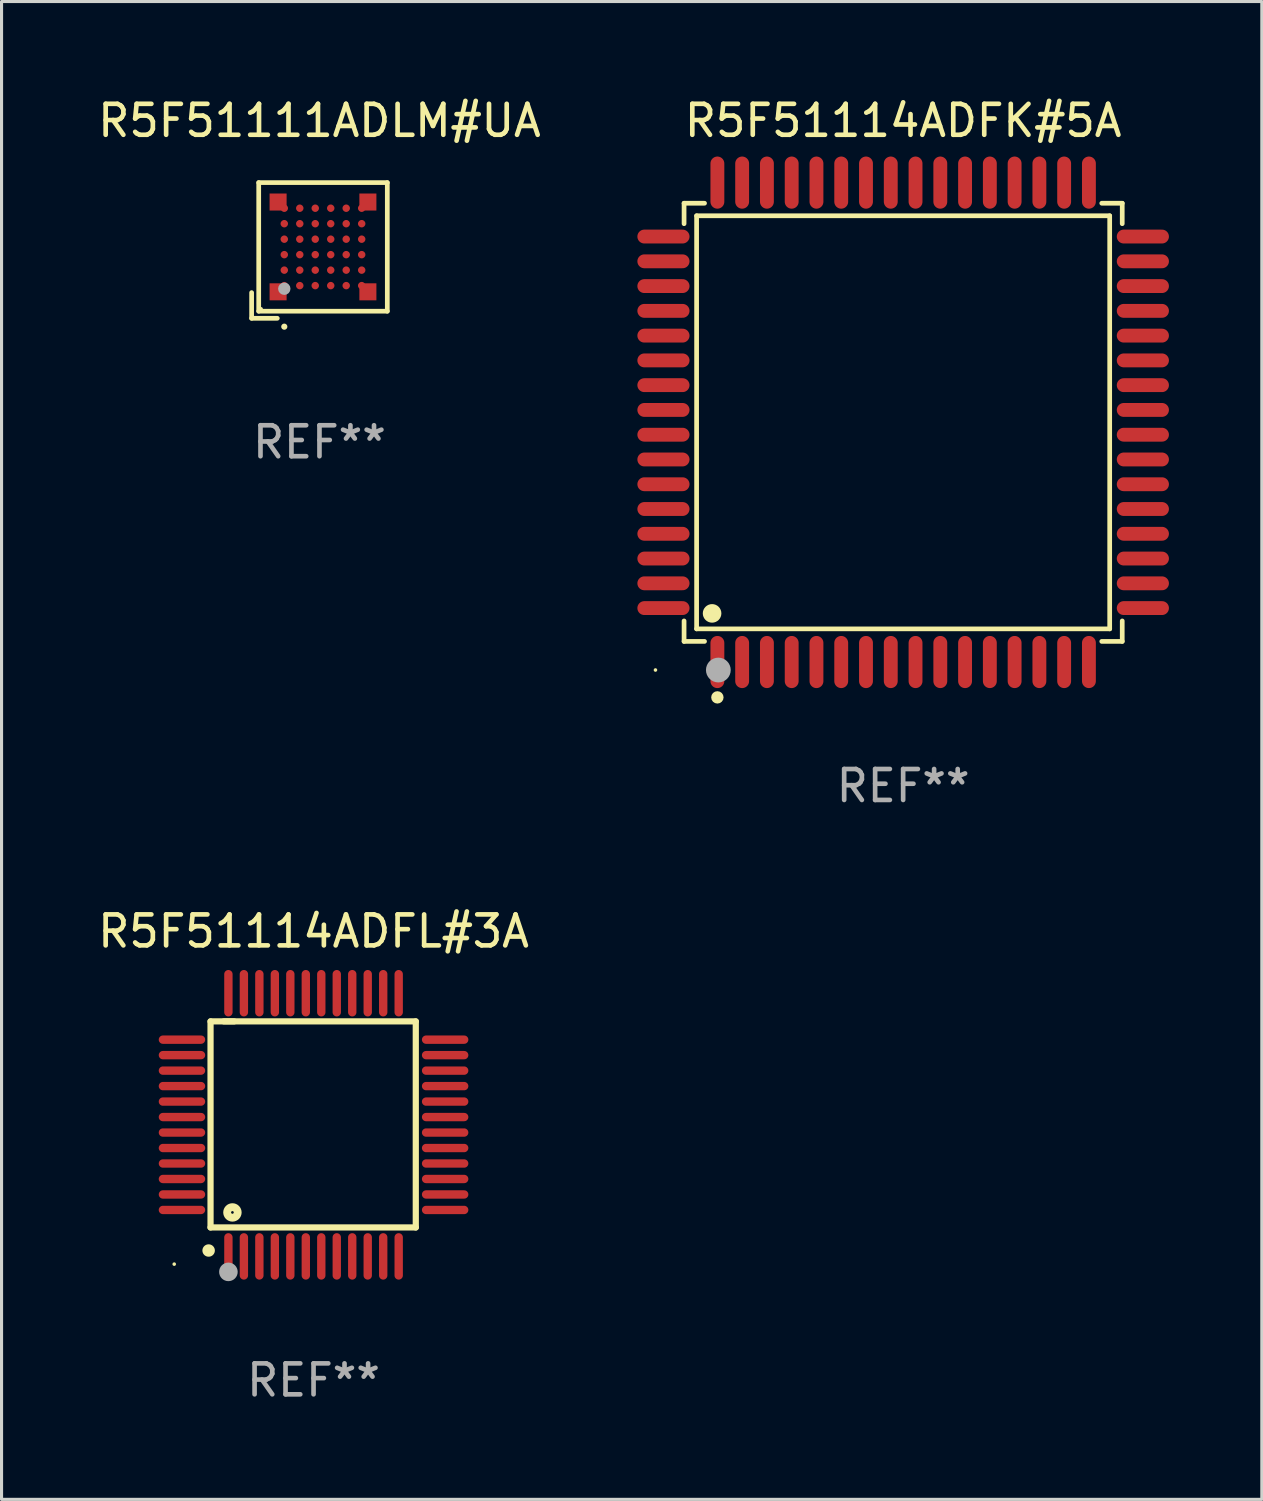
<source format=kicad_pcb>
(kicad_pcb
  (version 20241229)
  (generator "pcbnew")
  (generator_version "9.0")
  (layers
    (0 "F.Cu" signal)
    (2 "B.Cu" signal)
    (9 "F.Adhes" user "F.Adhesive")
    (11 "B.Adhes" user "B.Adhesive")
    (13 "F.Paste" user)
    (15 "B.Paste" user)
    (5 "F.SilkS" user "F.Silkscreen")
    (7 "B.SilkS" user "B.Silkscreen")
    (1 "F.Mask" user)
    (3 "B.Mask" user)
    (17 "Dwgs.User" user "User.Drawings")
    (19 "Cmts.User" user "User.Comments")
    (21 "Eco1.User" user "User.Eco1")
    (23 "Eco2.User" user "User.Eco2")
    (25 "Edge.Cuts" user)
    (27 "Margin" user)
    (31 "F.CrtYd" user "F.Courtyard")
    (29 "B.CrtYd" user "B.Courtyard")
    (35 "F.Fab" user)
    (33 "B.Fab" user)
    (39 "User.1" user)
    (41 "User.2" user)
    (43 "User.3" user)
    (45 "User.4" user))
  (footprint "R5F51114ADFL#3A"
    (layer "F.Cu")
    (at 7.077 33.279)
    (property "Reference" "R5F51114ADFL#3A" (at 0 -6.25 0) (layer "F.SilkS") (effects (font (size 1 1) (thickness 0.15))))
    (attr through_hole)
    (fp_line (start -3.327 -3.34) (end -2.565 -3.34) (stroke (width 0.2) (type solid)) (layer "F.SilkS"))
    (fp_line (start -3.327 3.315) (end -3.327 -3.34) (stroke (width 0.2) (type solid)) (layer "F.SilkS"))
    (fp_line (start -2.896 -3.34) (end 3.302 -3.34) (stroke (width 0.2) (type solid)) (layer "F.SilkS"))
    (fp_line (start 3.302 -3.34) (end 3.302 3.315) (stroke (width 0.2) (type solid)) (layer "F.SilkS"))
    (fp_line (start 3.302 3.315) (end -3.327 3.315) (stroke (width 0.2) (type solid)) (layer "F.SilkS"))
    (fp_arc (start -3.389992 4.059995) (mid -3.388722 4.059991) (end -3.387452 4.059995) (stroke (width 0.4) (type solid)) (layer "F.SilkS"))
    (fp_circle (center -4.5 4.5) (end -4.47 4.5) (stroke (width 0.06) (type solid)) (fill no) (layer "F.SilkS"))
    (fp_circle (center -2.62 2.83) (end -2.45 2.83) (stroke (width 0.254) (type solid)) (fill no) (layer "F.SilkS"))
    (fp_circle (center -2.75 4.75) (end -2.6 4.75) (stroke (width 0.3) (type solid)) (fill no) (layer "F.Fab"))
    (fp_text user "REF**" (at 0 8.25 0) (layer "F.Fab") (effects (font (size 1 1) (thickness 0.15))))
    (pad "1" smd oval (at -2.75 4.25) (size 0.27 1.5) (layers "F.Cu" "F.Mask" "F.Paste"))
    (pad "2" smd oval (at -2.25 4.25) (size 0.27 1.5) (layers "F.Cu" "F.Mask" "F.Paste"))
    (pad "3" smd oval (at -1.75 4.25) (size 0.27 1.5) (layers "F.Cu" "F.Mask" "F.Paste"))
    (pad "4" smd oval (at -1.25 4.25) (size 0.27 1.5) (layers "F.Cu" "F.Mask" "F.Paste"))
    (pad "5" smd oval (at -0.75 4.25) (size 0.27 1.5) (layers "F.Cu" "F.Mask" "F.Paste"))
    (pad "6" smd oval (at -0.25 4.25) (size 0.27 1.5) (layers "F.Cu" "F.Mask" "F.Paste"))
    (pad "7" smd oval (at 0.25 4.25) (size 0.27 1.5) (layers "F.Cu" "F.Mask" "F.Paste"))
    (pad "8" smd oval (at 0.75 4.25) (size 0.27 1.5) (layers "F.Cu" "F.Mask" "F.Paste"))
    (pad "9" smd oval (at 1.25 4.25) (size 0.27 1.5) (layers "F.Cu" "F.Mask" "F.Paste"))
    (pad "10" smd oval (at 1.75 4.25) (size 0.27 1.5) (layers "F.Cu" "F.Mask" "F.Paste"))
    (pad "11" smd oval (at 2.25 4.25) (size 0.27 1.5) (layers "F.Cu" "F.Mask" "F.Paste"))
    (pad "12" smd oval (at 2.75 4.25) (size 0.27 1.5) (layers "F.Cu" "F.Mask" "F.Paste"))
    (pad "13" smd oval (at 4.25 2.75) (size 1.5 0.27) (layers "F.Cu" "F.Mask" "F.Paste"))
    (pad "14" smd oval (at 4.25 2.25) (size 1.5 0.27) (layers "F.Cu" "F.Mask" "F.Paste"))
    (pad "15" smd oval (at 4.25 1.75) (size 1.5 0.27) (layers "F.Cu" "F.Mask" "F.Paste"))
    (pad "16" smd oval (at 4.25 1.25) (size 1.5 0.27) (layers "F.Cu" "F.Mask" "F.Paste"))
    (pad "17" smd oval (at 4.25 0.75) (size 1.5 0.27) (layers "F.Cu" "F.Mask" "F.Paste"))
    (pad "18" smd oval (at 4.25 0.25) (size 1.5 0.27) (layers "F.Cu" "F.Mask" "F.Paste"))
    (pad "19" smd oval (at 4.25 -0.25) (size 1.5 0.27) (layers "F.Cu" "F.Mask" "F.Paste"))
    (pad "20" smd oval (at 4.25 -0.75) (size 1.5 0.27) (layers "F.Cu" "F.Mask" "F.Paste"))
    (pad "21" smd oval (at 4.25 -1.25) (size 1.5 0.27) (layers "F.Cu" "F.Mask" "F.Paste"))
    (pad "22" smd oval (at 4.25 -1.75) (size 1.5 0.27) (layers "F.Cu" "F.Mask" "F.Paste"))
    (pad "23" smd oval (at 4.25 -2.25) (size 1.5 0.27) (layers "F.Cu" "F.Mask" "F.Paste"))
    (pad "24" smd oval (at 4.25 -2.75) (size 1.5 0.27) (layers "F.Cu" "F.Mask" "F.Paste"))
    (pad "25" smd oval (at 2.75 -4.25) (size 0.27 1.5) (layers "F.Cu" "F.Mask" "F.Paste"))
    (pad "26" smd oval (at 2.25 -4.25) (size 0.27 1.5) (layers "F.Cu" "F.Mask" "F.Paste"))
    (pad "27" smd oval (at 1.75 -4.25) (size 0.27 1.5) (layers "F.Cu" "F.Mask" "F.Paste"))
    (pad "28" smd oval (at 1.25 -4.25) (size 0.27 1.5) (layers "F.Cu" "F.Mask" "F.Paste"))
    (pad "29" smd oval (at 0.75 -4.25) (size 0.27 1.5) (layers "F.Cu" "F.Mask" "F.Paste"))
    (pad "30" smd oval (at 0.25 -4.25) (size 0.27 1.5) (layers "F.Cu" "F.Mask" "F.Paste"))
    (pad "31" smd oval (at -0.25 -4.25) (size 0.27 1.5) (layers "F.Cu" "F.Mask" "F.Paste"))
    (pad "32" smd oval (at -0.75 -4.25) (size 0.27 1.5) (layers "F.Cu" "F.Mask" "F.Paste"))
    (pad "33" smd oval (at -1.25 -4.25) (size 0.27 1.5) (layers "F.Cu" "F.Mask" "F.Paste"))
    (pad "34" smd oval (at -1.75 -4.25) (size 0.27 1.5) (layers "F.Cu" "F.Mask" "F.Paste"))
    (pad "35" smd oval (at -2.25 -4.25) (size 0.27 1.5) (layers "F.Cu" "F.Mask" "F.Paste"))
    (pad "36" smd oval (at -2.75 -4.25) (size 0.27 1.5) (layers "F.Cu" "F.Mask" "F.Paste"))
    (pad "37" smd oval (at -4.25 -2.75) (size 1.5 0.27) (layers "F.Cu" "F.Mask" "F.Paste"))
    (pad "38" smd oval (at -4.25 -2.25) (size 1.5 0.27) (layers "F.Cu" "F.Mask" "F.Paste"))
    (pad "39" smd oval (at -4.25 -1.75) (size 1.5 0.27) (layers "F.Cu" "F.Mask" "F.Paste"))
    (pad "40" smd oval (at -4.25 -1.25) (size 1.5 0.27) (layers "F.Cu" "F.Mask" "F.Paste"))
    (pad "41" smd oval (at -4.25 -0.75) (size 1.5 0.27) (layers "F.Cu" "F.Mask" "F.Paste"))
    (pad "42" smd oval (at -4.25 -0.25) (size 1.5 0.27) (layers "F.Cu" "F.Mask" "F.Paste"))
    (pad "43" smd oval (at -4.25 0.25) (size 1.5 0.27) (layers "F.Cu" "F.Mask" "F.Paste"))
    (pad "44" smd oval (at -4.25 0.75) (size 1.5 0.27) (layers "F.Cu" "F.Mask" "F.Paste"))
    (pad "45" smd oval (at -4.25 1.25) (size 1.5 0.27) (layers "F.Cu" "F.Mask" "F.Paste"))
    (pad "46" smd oval (at -4.25 1.75) (size 1.5 0.27) (layers "F.Cu" "F.Mask" "F.Paste"))
    (pad "47" smd oval (at -4.25 2.25) (size 1.5 0.27) (layers "F.Cu" "F.Mask" "F.Paste"))
    (pad "48" smd oval (at -4.25 2.75) (size 1.5 0.27) (layers "F.Cu" "F.Mask" "F.Paste")))
  (footprint "R5F51111ADLM#UA"
    (layer "F.Cu")
    (at 7.268 5.039)
    (property "Reference" "R5F51111ADLM#UA" (at 0 -4.191 0) (layer "F.SilkS") (effects (font (size 1 1) (thickness 0.15))))
    (attr through_hole)
    (fp_line (start -2.191 1.362) (end -2.191 2.191) (stroke (width 0.152) (type solid)) (layer "F.SilkS"))
    (fp_line (start -2.191 2.191) (end -1.362 2.191) (stroke (width 0.152) (type solid)) (layer "F.SilkS"))
    (fp_line (start -1.962 -2.191) (end 2.191 -2.191) (stroke (width 0.152) (type solid)) (layer "F.SilkS"))
    (fp_line (start -1.962 1.962) (end -1.962 -2.191) (stroke (width 0.152) (type solid)) (layer "F.SilkS"))
    (fp_line (start 2.191 -2.191) (end 2.191 1.962) (stroke (width 0.152) (type solid)) (layer "F.SilkS"))
    (fp_line (start 2.191 1.962) (end -1.962 1.962) (stroke (width 0.152) (type solid)) (layer "F.SilkS"))
    (fp_circle (center -1.886 1.886) (end -1.856 1.886) (stroke (width 0.06) (type solid)) (fill no) (layer "F.SilkS"))
    (fp_circle (center -1.136 2.462) (end -1.086 2.462) (stroke (width 0.1) (type solid)) (fill no) (layer "F.SilkS"))
    (fp_circle (center -1.136 1.236) (end -1.036 1.236) (stroke (width 0.2) (type solid)) (fill no) (layer "F.Fab"))
    (fp_text user "REF**" (at 0 6.191 0) (layer "F.Fab") (effects (font (size 1 1) (thickness 0.15))))
    (pad "A1" smd rect (at -1.336 1.336) (size 0.55 0.55) (layers "F.Cu" "F.Mask" "F.Paste"))
    (pad "A1" smd circle (at -1.136 1.136) (size 0.24 0.24) (layers "F.Cu" "F.Mask" "F.Paste"))
    (pad "A2" smd circle (at -1.136 0.636) (size 0.24 0.24) (layers "F.Cu" "F.Mask" "F.Paste"))
    (pad "A3" smd circle (at -1.136 0.136) (size 0.24 0.24) (layers "F.Cu" "F.Mask" "F.Paste"))
    (pad "A4" smd circle (at -1.136 -0.364) (size 0.24 0.24) (layers "F.Cu" "F.Mask" "F.Paste"))
    (pad "A5" smd circle (at -1.136 -0.864) (size 0.24 0.24) (layers "F.Cu" "F.Mask" "F.Paste"))
    (pad "A6" smd rect (at -1.336 -1.564) (size 0.55 0.55) (layers "F.Cu" "F.Mask" "F.Paste"))
    (pad "A6" smd circle (at -1.136 -1.364) (size 0.24 0.24) (layers "F.Cu" "F.Mask" "F.Paste"))
    (pad "B1" smd circle (at -0.636 1.136) (size 0.24 0.24) (layers "F.Cu" "F.Mask" "F.Paste"))
    (pad "B2" smd circle (at -0.636 0.636) (size 0.24 0.24) (layers "F.Cu" "F.Mask" "F.Paste"))
    (pad "B3" smd circle (at -0.636 0.136) (size 0.24 0.24) (layers "F.Cu" "F.Mask" "F.Paste"))
    (pad "B4" smd circle (at -0.636 -0.364) (size 0.24 0.24) (layers "F.Cu" "F.Mask" "F.Paste"))
    (pad "B5" smd circle (at -0.636 -0.864) (size 0.24 0.24) (layers "F.Cu" "F.Mask" "F.Paste"))
    (pad "B6" smd circle (at -0.636 -1.364) (size 0.24 0.24) (layers "F.Cu" "F.Mask" "F.Paste"))
    (pad "C1" smd circle (at -0.136 1.136) (size 0.24 0.24) (layers "F.Cu" "F.Mask" "F.Paste"))
    (pad "C2" smd circle (at -0.136 0.636) (size 0.24 0.24) (layers "F.Cu" "F.Mask" "F.Paste"))
    (pad "C3" smd circle (at -0.136 0.136) (size 0.24 0.24) (layers "F.Cu" "F.Mask" "F.Paste"))
    (pad "C4" smd circle (at -0.136 -0.364) (size 0.24 0.24) (layers "F.Cu" "F.Mask" "F.Paste"))
    (pad "C5" smd circle (at -0.136 -0.864) (size 0.24 0.24) (layers "F.Cu" "F.Mask" "F.Paste"))
    (pad "C6" smd circle (at -0.136 -1.364) (size 0.24 0.24) (layers "F.Cu" "F.Mask" "F.Paste"))
    (pad "D1" smd circle (at 0.364 1.136) (size 0.24 0.24) (layers "F.Cu" "F.Mask" "F.Paste"))
    (pad "D2" smd circle (at 0.364 0.636) (size 0.24 0.24) (layers "F.Cu" "F.Mask" "F.Paste"))
    (pad "D3" smd circle (at 0.364 0.136) (size 0.24 0.24) (layers "F.Cu" "F.Mask" "F.Paste"))
    (pad "D4" smd circle (at 0.364 -0.364) (size 0.24 0.24) (layers "F.Cu" "F.Mask" "F.Paste"))
    (pad "D5" smd circle (at 0.364 -0.864) (size 0.24 0.24) (layers "F.Cu" "F.Mask" "F.Paste"))
    (pad "D6" smd circle (at 0.364 -1.364) (size 0.24 0.24) (layers "F.Cu" "F.Mask" "F.Paste"))
    (pad "E1" smd circle (at 0.864 1.136) (size 0.24 0.24) (layers "F.Cu" "F.Mask" "F.Paste"))
    (pad "E2" smd circle (at 0.864 0.636) (size 0.24 0.24) (layers "F.Cu" "F.Mask" "F.Paste"))
    (pad "E3" smd circle (at 0.864 0.136) (size 0.24 0.24) (layers "F.Cu" "F.Mask" "F.Paste"))
    (pad "E4" smd circle (at 0.864 -0.364) (size 0.24 0.24) (layers "F.Cu" "F.Mask" "F.Paste"))
    (pad "E5" smd circle (at 0.864 -0.864) (size 0.24 0.24) (layers "F.Cu" "F.Mask" "F.Paste"))
    (pad "E6" smd circle (at 0.864 -1.364) (size 0.24 0.24) (layers "F.Cu" "F.Mask" "F.Paste"))
    (pad "F1" smd circle (at 1.364 1.136) (size 0.24 0.24) (layers "F.Cu" "F.Mask" "F.Paste"))
    (pad "F1" smd rect (at 1.564 1.336) (size 0.55 0.55) (layers "F.Cu" "F.Mask" "F.Paste"))
    (pad "F2" smd circle (at 1.364 0.636) (size 0.24 0.24) (layers "F.Cu" "F.Mask" "F.Paste"))
    (pad "F3" smd circle (at 1.364 0.136) (size 0.24 0.24) (layers "F.Cu" "F.Mask" "F.Paste"))
    (pad "F4" smd circle (at 1.364 -0.364) (size 0.24 0.24) (layers "F.Cu" "F.Mask" "F.Paste"))
    (pad "F5" smd circle (at 1.364 -0.864) (size 0.24 0.24) (layers "F.Cu" "F.Mask" "F.Paste"))
    (pad "F6" smd circle (at 1.364 -1.364) (size 0.24 0.24) (layers "F.Cu" "F.Mask" "F.Paste"))
    (pad "F6" smd rect (at 1.564 -1.564) (size 0.55 0.55) (layers "F.Cu" "F.Mask" "F.Paste")))
  (footprint "R5F51114ADFK#5A"
    (layer "F.Cu")
    (at 26.12 10.59)
    (property "Reference" "R5F51114ADFK#5A" (at 0 -9.742 0) (layer "F.SilkS") (effects (font (size 1 1) (thickness 0.15))))
    (attr through_hole)
    (fp_line (start -7.076 -7.076) (end -6.415 -7.076) (stroke (width 0.152) (type solid)) (layer "F.SilkS"))
    (fp_line (start -7.076 -6.415) (end -7.076 -7.076) (stroke (width 0.152) (type solid)) (layer "F.SilkS"))
    (fp_line (start -7.076 6.415) (end -7.076 7.076) (stroke (width 0.152) (type solid)) (layer "F.SilkS"))
    (fp_line (start -7.076 7.076) (end -6.415 7.076) (stroke (width 0.152) (type solid)) (layer "F.SilkS"))
    (fp_line (start -6.671 -6.671) (end 6.671 -6.671) (stroke (width 0.152) (type solid)) (layer "F.SilkS"))
    (fp_line (start -6.671 6.671) (end -6.671 -6.671) (stroke (width 0.152) (type solid)) (layer "F.SilkS"))
    (fp_line (start 6.671 -6.671) (end 6.671 6.671) (stroke (width 0.152) (type solid)) (layer "F.SilkS"))
    (fp_line (start 6.671 6.671) (end -6.671 6.671) (stroke (width 0.152) (type solid)) (layer "F.SilkS"))
    (fp_line (start 7.076 -7.076) (end 6.415 -7.076) (stroke (width 0.152) (type solid)) (layer "F.SilkS"))
    (fp_line (start 7.076 -6.415) (end 7.076 -7.076) (stroke (width 0.152) (type solid)) (layer "F.SilkS"))
    (fp_line (start 7.076 6.415) (end 7.076 7.076) (stroke (width 0.152) (type solid)) (layer "F.SilkS"))
    (fp_line (start 7.076 7.076) (end 6.415 7.076) (stroke (width 0.152) (type solid)) (layer "F.SilkS"))
    (fp_circle (center -8 8) (end -7.97 8) (stroke (width 0.06) (type solid)) (fill no) (layer "F.SilkS"))
    (fp_circle (center -6.171 6.171) (end -6.021 6.171) (stroke (width 0.3) (type solid)) (fill no) (layer "F.SilkS"))
    (fp_circle (center -6 8.884) (end -5.9 8.884) (stroke (width 0.2) (type solid)) (fill no) (layer "F.SilkS"))
    (fp_circle (center -5.969 8.001) (end -5.769 8.001) (stroke (width 0.4) (type solid)) (fill no) (layer "F.Fab"))
    (fp_text user "REF**" (at 0 11.742 0) (layer "F.Fab") (effects (font (size 1 1) (thickness 0.15))))
    (pad "1" smd oval (at -6 7.742) (size 0.448 1.684) (layers "F.Cu" "F.Mask" "F.Paste"))
    (pad "2" smd oval (at -5.2 7.742) (size 0.448 1.684) (layers "F.Cu" "F.Mask" "F.Paste"))
    (pad "3" smd oval (at -4.4 7.742) (size 0.448 1.684) (layers "F.Cu" "F.Mask" "F.Paste"))
    (pad "4" smd oval (at -3.6 7.742) (size 0.448 1.684) (layers "F.Cu" "F.Mask" "F.Paste"))
    (pad "5" smd oval (at -2.8 7.742) (size 0.448 1.684) (layers "F.Cu" "F.Mask" "F.Paste"))
    (pad "6" smd oval (at -2 7.742) (size 0.448 1.684) (layers "F.Cu" "F.Mask" "F.Paste"))
    (pad "7" smd oval (at -1.2 7.742) (size 0.448 1.684) (layers "F.Cu" "F.Mask" "F.Paste"))
    (pad "8" smd oval (at -0.4 7.742) (size 0.448 1.684) (layers "F.Cu" "F.Mask" "F.Paste"))
    (pad "9" smd oval (at 0.4 7.742) (size 0.448 1.684) (layers "F.Cu" "F.Mask" "F.Paste"))
    (pad "10" smd oval (at 1.2 7.742) (size 0.448 1.684) (layers "F.Cu" "F.Mask" "F.Paste"))
    (pad "11" smd oval (at 2 7.742) (size 0.448 1.684) (layers "F.Cu" "F.Mask" "F.Paste"))
    (pad "12" smd oval (at 2.8 7.742) (size 0.448 1.684) (layers "F.Cu" "F.Mask" "F.Paste"))
    (pad "13" smd oval (at 3.6 7.742) (size 0.448 1.684) (layers "F.Cu" "F.Mask" "F.Paste"))
    (pad "14" smd oval (at 4.4 7.742) (size 0.448 1.684) (layers "F.Cu" "F.Mask" "F.Paste"))
    (pad "15" smd oval (at 5.2 7.742) (size 0.448 1.684) (layers "F.Cu" "F.Mask" "F.Paste"))
    (pad "16" smd oval (at 6 7.742) (size 0.448 1.684) (layers "F.Cu" "F.Mask" "F.Paste"))
    (pad "17" smd oval (at 7.742 6) (size 1.684 0.448) (layers "F.Cu" "F.Mask" "F.Paste"))
    (pad "18" smd oval (at 7.742 5.2) (size 1.684 0.448) (layers "F.Cu" "F.Mask" "F.Paste"))
    (pad "19" smd oval (at 7.742 4.4) (size 1.684 0.448) (layers "F.Cu" "F.Mask" "F.Paste"))
    (pad "20" smd oval (at 7.742 3.6) (size 1.684 0.448) (layers "F.Cu" "F.Mask" "F.Paste"))
    (pad "21" smd oval (at 7.742 2.8) (size 1.684 0.448) (layers "F.Cu" "F.Mask" "F.Paste"))
    (pad "22" smd oval (at 7.742 2) (size 1.684 0.448) (layers "F.Cu" "F.Mask" "F.Paste"))
    (pad "23" smd oval (at 7.742 1.2) (size 1.684 0.448) (layers "F.Cu" "F.Mask" "F.Paste"))
    (pad "24" smd oval (at 7.742 0.4) (size 1.684 0.448) (layers "F.Cu" "F.Mask" "F.Paste"))
    (pad "25" smd oval (at 7.742 -0.4) (size 1.684 0.448) (layers "F.Cu" "F.Mask" "F.Paste"))
    (pad "26" smd oval (at 7.742 -1.2) (size 1.684 0.448) (layers "F.Cu" "F.Mask" "F.Paste"))
    (pad "27" smd oval (at 7.742 -2) (size 1.684 0.448) (layers "F.Cu" "F.Mask" "F.Paste"))
    (pad "28" smd oval (at 7.742 -2.8) (size 1.684 0.448) (layers "F.Cu" "F.Mask" "F.Paste"))
    (pad "29" smd oval (at 7.742 -3.6) (size 1.684 0.448) (layers "F.Cu" "F.Mask" "F.Paste"))
    (pad "30" smd oval (at 7.742 -4.4) (size 1.684 0.448) (layers "F.Cu" "F.Mask" "F.Paste"))
    (pad "31" smd oval (at 7.742 -5.2) (size 1.684 0.448) (layers "F.Cu" "F.Mask" "F.Paste"))
    (pad "32" smd oval (at 7.742 -6) (size 1.684 0.448) (layers "F.Cu" "F.Mask" "F.Paste"))
    (pad "33" smd oval (at 6 -7.742) (size 0.448 1.684) (layers "F.Cu" "F.Mask" "F.Paste"))
    (pad "34" smd oval (at 5.2 -7.742) (size 0.448 1.684) (layers "F.Cu" "F.Mask" "F.Paste"))
    (pad "35" smd oval (at 4.4 -7.742) (size 0.448 1.684) (layers "F.Cu" "F.Mask" "F.Paste"))
    (pad "36" smd oval (at 3.6 -7.742) (size 0.448 1.684) (layers "F.Cu" "F.Mask" "F.Paste"))
    (pad "37" smd oval (at 2.8 -7.742) (size 0.448 1.684) (layers "F.Cu" "F.Mask" "F.Paste"))
    (pad "38" smd oval (at 2 -7.742) (size 0.448 1.684) (layers "F.Cu" "F.Mask" "F.Paste"))
    (pad "39" smd oval (at 1.2 -7.742) (size 0.448 1.684) (layers "F.Cu" "F.Mask" "F.Paste"))
    (pad "40" smd oval (at 0.4 -7.742) (size 0.448 1.684) (layers "F.Cu" "F.Mask" "F.Paste"))
    (pad "41" smd oval (at -0.4 -7.742) (size 0.448 1.684) (layers "F.Cu" "F.Mask" "F.Paste"))
    (pad "42" smd oval (at -1.2 -7.742) (size 0.448 1.684) (layers "F.Cu" "F.Mask" "F.Paste"))
    (pad "43" smd oval (at -2 -7.742) (size 0.448 1.684) (layers "F.Cu" "F.Mask" "F.Paste"))
    (pad "44" smd oval (at -2.8 -7.742) (size 0.448 1.684) (layers "F.Cu" "F.Mask" "F.Paste"))
    (pad "45" smd oval (at -3.6 -7.742) (size 0.448 1.684) (layers "F.Cu" "F.Mask" "F.Paste"))
    (pad "46" smd oval (at -4.4 -7.742) (size 0.448 1.684) (layers "F.Cu" "F.Mask" "F.Paste"))
    (pad "47" smd oval (at -5.2 -7.742) (size 0.448 1.684) (layers "F.Cu" "F.Mask" "F.Paste"))
    (pad "48" smd oval (at -6 -7.742) (size 0.448 1.684) (layers "F.Cu" "F.Mask" "F.Paste"))
    (pad "49" smd oval (at -7.742 -6) (size 1.684 0.448) (layers "F.Cu" "F.Mask" "F.Paste"))
    (pad "50" smd oval (at -7.742 -5.2) (size 1.684 0.448) (layers "F.Cu" "F.Mask" "F.Paste"))
    (pad "51" smd oval (at -7.742 -4.4) (size 1.684 0.448) (layers "F.Cu" "F.Mask" "F.Paste"))
    (pad "52" smd oval (at -7.742 -3.6) (size 1.684 0.448) (layers "F.Cu" "F.Mask" "F.Paste"))
    (pad "53" smd oval (at -7.742 -2.8) (size 1.684 0.448) (layers "F.Cu" "F.Mask" "F.Paste"))
    (pad "54" smd oval (at -7.742 -2) (size 1.684 0.448) (layers "F.Cu" "F.Mask" "F.Paste"))
    (pad "55" smd oval (at -7.742 -1.2) (size 1.684 0.448) (layers "F.Cu" "F.Mask" "F.Paste"))
    (pad "56" smd oval (at -7.742 -0.4) (size 1.684 0.448) (layers "F.Cu" "F.Mask" "F.Paste"))
    (pad "57" smd oval (at -7.742 0.4) (size 1.684 0.448) (layers "F.Cu" "F.Mask" "F.Paste"))
    (pad "58" smd oval (at -7.742 1.2) (size 1.684 0.448) (layers "F.Cu" "F.Mask" "F.Paste"))
    (pad "59" smd oval (at -7.742 2) (size 1.684 0.448) (layers "F.Cu" "F.Mask" "F.Paste"))
    (pad "60" smd oval (at -7.742 2.8) (size 1.684 0.448) (layers "F.Cu" "F.Mask" "F.Paste"))
    (pad "61" smd oval (at -7.742 3.6) (size 1.684 0.448) (layers "F.Cu" "F.Mask" "F.Paste"))
    (pad "62" smd oval (at -7.742 4.4) (size 1.684 0.448) (layers "F.Cu" "F.Mask" "F.Paste"))
    (pad "63" smd oval (at -7.742 5.2) (size 1.684 0.448) (layers "F.Cu" "F.Mask" "F.Paste"))
    (pad "64" smd oval (at -7.742 6) (size 1.684 0.448) (layers "F.Cu" "F.Mask" "F.Paste")))
  (gr_rect
    (start -3 -3)
    (end 37.704 45.377)
    (stroke (width 0.1) (type default))
    (fill no)
    (layer "Edge.Cuts")))
</source>
